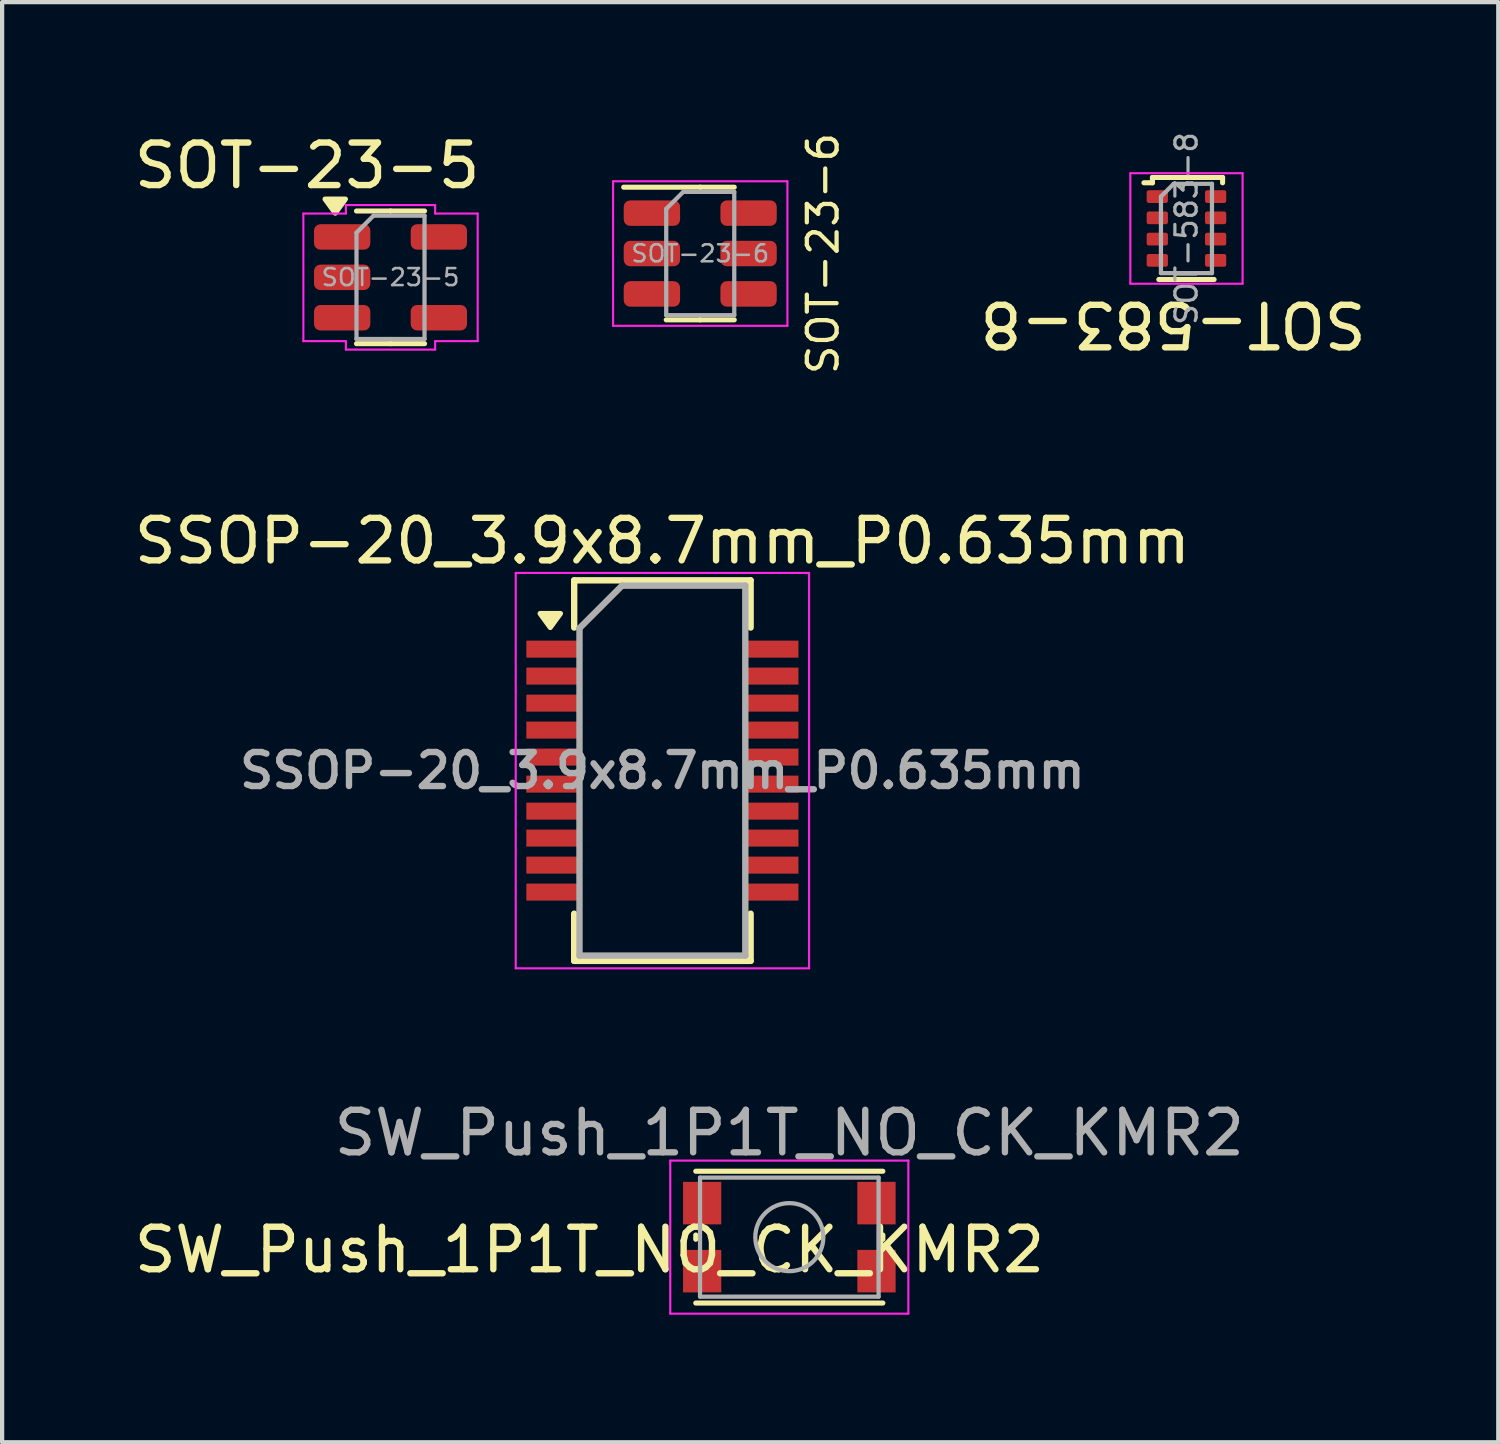
<source format=kicad_pcb>
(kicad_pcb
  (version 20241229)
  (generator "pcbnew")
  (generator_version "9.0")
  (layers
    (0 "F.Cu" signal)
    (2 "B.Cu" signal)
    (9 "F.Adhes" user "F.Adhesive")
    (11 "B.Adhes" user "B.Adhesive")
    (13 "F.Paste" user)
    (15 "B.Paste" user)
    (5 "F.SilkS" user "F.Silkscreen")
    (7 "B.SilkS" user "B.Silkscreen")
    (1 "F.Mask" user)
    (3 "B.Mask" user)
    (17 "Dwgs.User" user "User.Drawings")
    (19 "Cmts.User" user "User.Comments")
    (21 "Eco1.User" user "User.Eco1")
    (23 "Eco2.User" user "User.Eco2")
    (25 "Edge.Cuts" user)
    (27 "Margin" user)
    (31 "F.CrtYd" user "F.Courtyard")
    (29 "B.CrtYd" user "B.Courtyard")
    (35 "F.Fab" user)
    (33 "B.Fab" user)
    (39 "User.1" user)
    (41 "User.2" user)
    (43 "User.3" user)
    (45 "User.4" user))
  (footprint "SOT-23-6"
    (layer "F.Cu")
    (at 13.42 2.913)
    (property "Reference" "SOT-23-6" (at 2.888 0 90) (layer "F.SilkS") (effects (font (size 0.7 0.7) (thickness 0.1))))
    (attr smd)
    (fp_line (start 0 -1.56) (end -1.8 -1.56) (stroke (width 0.12) (type solid)) (layer "F.SilkS"))
    (fp_line (start 0 -1.56) (end 0.8 -1.56) (stroke (width 0.12) (type solid)) (layer "F.SilkS"))
    (fp_line (start 0 1.56) (end -0.8 1.56) (stroke (width 0.12) (type solid)) (layer "F.SilkS"))
    (fp_line (start 0 1.56) (end 0.8 1.56) (stroke (width 0.12) (type solid)) (layer "F.SilkS"))
    (fp_line (start -2.05 -1.7) (end -2.05 1.7) (stroke (width 0.05) (type solid)) (layer "F.CrtYd"))
    (fp_line (start -2.05 1.7) (end 2.05 1.7) (stroke (width 0.05) (type solid)) (layer "F.CrtYd"))
    (fp_line (start 2.05 -1.7) (end -2.05 -1.7) (stroke (width 0.05) (type solid)) (layer "F.CrtYd"))
    (fp_line (start 2.05 1.7) (end 2.05 -1.7) (stroke (width 0.05) (type solid)) (layer "F.CrtYd"))
    (fp_line (start -0.8 -1.05) (end -0.4 -1.45) (stroke (width 0.1) (type solid)) (layer "F.Fab"))
    (fp_line (start -0.8 1.45) (end -0.8 -1.05) (stroke (width 0.1) (type solid)) (layer "F.Fab"))
    (fp_line (start -0.4 -1.45) (end 0.8 -1.45) (stroke (width 0.1) (type solid)) (layer "F.Fab"))
    (fp_line (start 0.8 -1.45) (end 0.8 1.45) (stroke (width 0.1) (type solid)) (layer "F.Fab"))
    (fp_line (start 0.8 1.45) (end -0.8 1.45) (stroke (width 0.1) (type solid)) (layer "F.Fab"))
    (fp_text user "${REFERENCE}" (at 0 0 180) (layer "F.Fab") (effects (font (size 0.4 0.4) (thickness 0.06))))
    (pad "1" smd roundrect (at -1.137 -0.95) (size 1.325 0.6) (layers "F.Cu" "F.Mask" "F.Paste") (roundrect_rratio 0.25))
    (pad "2" smd roundrect (at -1.137 0) (size 1.325 0.6) (layers "F.Cu" "F.Mask" "F.Paste") (roundrect_rratio 0.25))
    (pad "3" smd roundrect (at -1.137 0.95) (size 1.325 0.6) (layers "F.Cu" "F.Mask" "F.Paste") (roundrect_rratio 0.25))
    (pad "4" smd roundrect (at 1.137 0.95) (size 1.325 0.6) (layers "F.Cu" "F.Mask" "F.Paste") (roundrect_rratio 0.25))
    (pad "5" smd roundrect (at 1.137 0) (size 1.325 0.6) (layers "F.Cu" "F.Mask" "F.Paste") (roundrect_rratio 0.25))
    (pad "6" smd roundrect (at 1.137 -0.95) (size 1.325 0.6) (layers "F.Cu" "F.Mask" "F.Paste") (roundrect_rratio 0.25)))
  (footprint "SOT-23-5"
    (layer "F.Cu")
    (at 6.135 3.473)
    (property "Reference" "SOT-23-5" (at -1.962 -2.625 0) (layer "F.SilkS") (effects (font (size 1 1) (thickness 0.15))))
    (attr smd)
    (fp_line (start 0 -1.56) (end -0.8 -1.56) (stroke (width 0.12) (type solid)) (layer "F.SilkS"))
    (fp_line (start 0 -1.56) (end 0.8 -1.56) (stroke (width 0.12) (type solid)) (layer "F.SilkS"))
    (fp_line (start 0 1.56) (end -0.8 1.56) (stroke (width 0.12) (type solid)) (layer "F.SilkS"))
    (fp_line (start 0 1.56) (end 0.8 1.56) (stroke (width 0.12) (type solid)) (layer "F.SilkS"))
    (fp_poly (pts (xy -1.3 -1.51) (xy -1.54 -1.84) (xy -1.06 -1.84)) (stroke (width 0.12) (type solid)) (fill yes) (layer "F.SilkS"))
    (fp_line (start -2.05 -1.5) (end -1.05 -1.5) (stroke (width 0.05) (type solid)) (layer "F.CrtYd"))
    (fp_line (start -2.05 1.5) (end -2.05 -1.5) (stroke (width 0.05) (type solid)) (layer "F.CrtYd"))
    (fp_line (start -1.05 -1.7) (end 1.05 -1.7) (stroke (width 0.05) (type solid)) (layer "F.CrtYd"))
    (fp_line (start -1.05 -1.5) (end -1.05 -1.7) (stroke (width 0.05) (type solid)) (layer "F.CrtYd"))
    (fp_line (start -1.05 1.5) (end -2.05 1.5) (stroke (width 0.05) (type solid)) (layer "F.CrtYd"))
    (fp_line (start -1.05 1.7) (end -1.05 1.5) (stroke (width 0.05) (type solid)) (layer "F.CrtYd"))
    (fp_line (start 1.05 -1.7) (end 1.05 -1.5) (stroke (width 0.05) (type solid)) (layer "F.CrtYd"))
    (fp_line (start 1.05 -1.5) (end 2.05 -1.5) (stroke (width 0.05) (type solid)) (layer "F.CrtYd"))
    (fp_line (start 1.05 1.5) (end 1.05 1.7) (stroke (width 0.05) (type solid)) (layer "F.CrtYd"))
    (fp_line (start 1.05 1.7) (end -1.05 1.7) (stroke (width 0.05) (type solid)) (layer "F.CrtYd"))
    (fp_line (start 2.05 -1.5) (end 2.05 1.5) (stroke (width 0.05) (type solid)) (layer "F.CrtYd"))
    (fp_line (start 2.05 1.5) (end 1.05 1.5) (stroke (width 0.05) (type solid)) (layer "F.CrtYd"))
    (fp_line (start -0.8 -1.05) (end -0.4 -1.45) (stroke (width 0.1) (type solid)) (layer "F.Fab"))
    (fp_line (start -0.8 1.45) (end -0.8 -1.05) (stroke (width 0.1) (type solid)) (layer "F.Fab"))
    (fp_line (start -0.4 -1.45) (end 0.8 -1.45) (stroke (width 0.1) (type solid)) (layer "F.Fab"))
    (fp_line (start 0.8 -1.45) (end 0.8 1.45) (stroke (width 0.1) (type solid)) (layer "F.Fab"))
    (fp_line (start 0.8 1.45) (end -0.8 1.45) (stroke (width 0.1) (type solid)) (layer "F.Fab"))
    (fp_text user "${REFERENCE}" (at 0 0 0) (layer "F.Fab") (effects (font (size 0.4 0.4) (thickness 0.06))))
    (pad "1" smd roundrect (at -1.137 -0.95) (size 1.325 0.6) (layers "F.Cu" "F.Mask" "F.Paste") (roundrect_rratio 0.25))
    (pad "2" smd roundrect (at -1.137 0) (size 1.325 0.6) (layers "F.Cu" "F.Mask" "F.Paste") (roundrect_rratio 0.25))
    (pad "3" smd roundrect (at -1.137 0.95) (size 1.325 0.6) (layers "F.Cu" "F.Mask" "F.Paste") (roundrect_rratio 0.25))
    (pad "4" smd roundrect (at 1.137 0.95) (size 1.325 0.6) (layers "F.Cu" "F.Mask" "F.Paste") (roundrect_rratio 0.25))
    (pad "5" smd roundrect (at 1.137 -0.95) (size 1.325 0.6) (layers "F.Cu" "F.Mask" "F.Paste") (roundrect_rratio 0.25)))
  (footprint "SSOP-20_3.9x8.7mm_P0.635mm"
    (layer "F.Cu")
    (at 12.53 15.075)
    (property "Reference" "SSOP-20_3.9x8.7mm_P0.635mm" (at 0 -5.4 0) (layer "F.SilkS") (effects (font (size 1 1) (thickness 0.15))))
    (attr smd)
    (fp_line (start -2.075 -4.475) (end 2.075 -4.475) (stroke (width 0.15) (type solid)) (layer "F.SilkS"))
    (fp_line (start -2.075 -3.365) (end -2.075 -4.475) (stroke (width 0.15) (type solid)) (layer "F.SilkS"))
    (fp_line (start -2.075 4.475) (end -2.075 3.365) (stroke (width 0.15) (type solid)) (layer "F.SilkS"))
    (fp_line (start -2.075 4.475) (end 2.075 4.475) (stroke (width 0.15) (type solid)) (layer "F.SilkS"))
    (fp_line (start 2.075 -4.475) (end 2.075 -3.365) (stroke (width 0.15) (type solid)) (layer "F.SilkS"))
    (fp_line (start 2.075 4.475) (end 2.075 3.365) (stroke (width 0.15) (type solid)) (layer "F.SilkS"))
    (fp_poly (pts (xy -2.638 -3.365) (xy -2.877 -3.695) (xy -2.397 -3.695) (xy -2.638 -3.365)) (stroke (width 0.12) (type solid)) (fill yes) (layer "F.SilkS"))
    (fp_line (start -3.45 -4.65) (end -3.45 4.65) (stroke (width 0.05) (type solid)) (layer "F.CrtYd"))
    (fp_line (start -3.45 -4.65) (end 3.45 -4.65) (stroke (width 0.05) (type solid)) (layer "F.CrtYd"))
    (fp_line (start -3.45 4.65) (end 3.45 4.65) (stroke (width 0.05) (type solid)) (layer "F.CrtYd"))
    (fp_line (start 3.45 -4.65) (end 3.45 4.65) (stroke (width 0.05) (type solid)) (layer "F.CrtYd"))
    (fp_line (start -1.95 -3.35) (end -0.95 -4.35) (stroke (width 0.15) (type solid)) (layer "F.Fab"))
    (fp_line (start -1.95 4.35) (end -1.95 -3.35) (stroke (width 0.15) (type solid)) (layer "F.Fab"))
    (fp_line (start -0.95 -4.35) (end 1.95 -4.35) (stroke (width 0.15) (type solid)) (layer "F.Fab"))
    (fp_line (start 1.95 -4.35) (end 1.95 4.35) (stroke (width 0.15) (type solid)) (layer "F.Fab"))
    (fp_line (start 1.95 4.35) (end -1.95 4.35) (stroke (width 0.15) (type solid)) (layer "F.Fab"))
    (fp_text user "${REFERENCE}" (at 0 0 0) (layer "F.Fab") (effects (font (size 0.8 0.8) (thickness 0.15))))
    (pad "1" smd rect (at -2.6 -2.857) (size 1.2 0.4) (layers "F.Cu" "F.Mask" "F.Paste"))
    (pad "2" smd rect (at -2.6 -2.223) (size 1.2 0.4) (layers "F.Cu" "F.Mask" "F.Paste"))
    (pad "3" smd rect (at -2.6 -1.587) (size 1.2 0.4) (layers "F.Cu" "F.Mask" "F.Paste"))
    (pad "4" smd rect (at -2.6 -0.953) (size 1.2 0.4) (layers "F.Cu" "F.Mask" "F.Paste"))
    (pad "5" smd rect (at -2.6 -0.318) (size 1.2 0.4) (layers "F.Cu" "F.Mask" "F.Paste"))
    (pad "6" smd rect (at -2.6 0.318) (size 1.2 0.4) (layers "F.Cu" "F.Mask" "F.Paste"))
    (pad "7" smd rect (at -2.6 0.953) (size 1.2 0.4) (layers "F.Cu" "F.Mask" "F.Paste"))
    (pad "8" smd rect (at -2.6 1.587) (size 1.2 0.4) (layers "F.Cu" "F.Mask" "F.Paste"))
    (pad "9" smd rect (at -2.6 2.223) (size 1.2 0.4) (layers "F.Cu" "F.Mask" "F.Paste"))
    (pad "10" smd rect (at -2.6 2.857) (size 1.2 0.4) (layers "F.Cu" "F.Mask" "F.Paste"))
    (pad "11" smd rect (at 2.6 2.857) (size 1.2 0.4) (layers "F.Cu" "F.Mask" "F.Paste"))
    (pad "12" smd rect (at 2.6 2.223) (size 1.2 0.4) (layers "F.Cu" "F.Mask" "F.Paste"))
    (pad "13" smd rect (at 2.6 1.587) (size 1.2 0.4) (layers "F.Cu" "F.Mask" "F.Paste"))
    (pad "14" smd rect (at 2.6 0.953) (size 1.2 0.4) (layers "F.Cu" "F.Mask" "F.Paste"))
    (pad "15" smd rect (at 2.6 0.318) (size 1.2 0.4) (layers "F.Cu" "F.Mask" "F.Paste"))
    (pad "16" smd rect (at 2.6 -0.318) (size 1.2 0.4) (layers "F.Cu" "F.Mask" "F.Paste"))
    (pad "17" smd rect (at 2.6 -0.953) (size 1.2 0.4) (layers "F.Cu" "F.Mask" "F.Paste"))
    (pad "18" smd rect (at 2.6 -1.587) (size 1.2 0.4) (layers "F.Cu" "F.Mask" "F.Paste"))
    (pad "19" smd rect (at 2.6 -2.223) (size 1.2 0.4) (layers "F.Cu" "F.Mask" "F.Paste"))
    (pad "20" smd rect (at 2.6 -2.857) (size 1.2 0.4) (layers "F.Cu" "F.Mask" "F.Paste")))
  (footprint "SW_Push_1P1T_NO_CK_KMR2"
    (layer "F.Cu")
    (at 15.515 26.048)
    (property "Reference" "SW_Push_1P1T_NO_CK_KMR2" (at -4.7 0.3 0) (layer "F.SilkS") (effects (font (size 1 1) (thickness 0.15))))
    (attr smd)
    (fp_line (start -2.2 0.05) (end -2.2 -0.05) (stroke (width 0.12) (type solid)) (layer "F.SilkS"))
    (fp_line (start -2.2 1.55) (end 2.2 1.55) (stroke (width 0.12) (type solid)) (layer "F.SilkS"))
    (fp_line (start 2.2 -1.55) (end -2.2 -1.55) (stroke (width 0.12) (type solid)) (layer "F.SilkS"))
    (fp_line (start 2.2 0.05) (end 2.2 -0.05) (stroke (width 0.12) (type solid)) (layer "F.SilkS"))
    (fp_line (start -2.8 -1.8) (end 2.8 -1.8) (stroke (width 0.05) (type solid)) (layer "F.CrtYd"))
    (fp_line (start -2.8 1.8) (end -2.8 -1.8) (stroke (width 0.05) (type solid)) (layer "F.CrtYd"))
    (fp_line (start 2.8 -1.8) (end 2.8 1.8) (stroke (width 0.05) (type solid)) (layer "F.CrtYd"))
    (fp_line (start 2.8 1.8) (end -2.8 1.8) (stroke (width 0.05) (type solid)) (layer "F.CrtYd"))
    (fp_line (start -2.1 -1.4) (end 2.1 -1.4) (stroke (width 0.1) (type solid)) (layer "F.Fab"))
    (fp_line (start -2.1 1.4) (end -2.1 -1.4) (stroke (width 0.1) (type solid)) (layer "F.Fab"))
    (fp_line (start 2.1 -1.4) (end 2.1 1.4) (stroke (width 0.1) (type solid)) (layer "F.Fab"))
    (fp_line (start 2.1 1.4) (end -2.1 1.4) (stroke (width 0.1) (type solid)) (layer "F.Fab"))
    (fp_circle (center 0 0) (end 0 0.8) (stroke (width 0.1) (type solid)) (fill no) (layer "F.Fab"))
    (fp_text user "${REFERENCE}" (at 0 -2.45 0) (layer "F.Fab") (effects (font (size 1 1) (thickness 0.15))))
    (pad "1" smd rect (at 2.05 -0.8) (size 0.9 1) (layers "F.Cu" "F.Mask" "F.Paste"))
    (pad "2" smd rect (at 2.05 0.8) (size 0.9 1) (layers "F.Cu" "F.Mask" "F.Paste"))
    (pad "3" smd rect (at -2.05 0.8) (size 0.9 1) (layers "F.Cu" "F.Mask" "F.Paste"))
    (pad "4" smd rect (at -2.05 -0.8) (size 0.9 1) (layers "F.Cu" "F.Mask" "F.Paste")))
  (footprint "SOT-583-8"
    (layer "F.Cu")
    (at 24.856 2.324)
    (property "Reference" "SOT-583-8" (at -0.314 2.25 180) (unlocked yes) (layer "F.SilkS") (effects (font (size 1 1) (thickness 0.15))))
    (attr smd)
    (fp_line (start -0.8 -1.2) (end 0.85 -1.2) (stroke (width 0.12) (type default)) (layer "F.SilkS"))
    (fp_line (start -0.8 -1.075) (end -1 -1.075) (stroke (width 0.12) (type default)) (layer "F.SilkS"))
    (fp_line (start -0.8 -1.075) (end -0.8 -1.2) (stroke (width 0.12) (type default)) (layer "F.SilkS"))
    (fp_line (start 0.65 1.2) (end -0.65 1.2) (stroke (width 0.12) (type default)) (layer "F.SilkS"))
    (fp_line (start 0.85 -1.2) (end 0.85 -1.075) (stroke (width 0.12) (type default)) (layer "F.SilkS"))
    (fp_line (start -1.32 -1.3) (end 1.32 -1.3) (stroke (width 0.05) (type default)) (layer "F.CrtYd"))
    (fp_line (start -1.32 1.3) (end -1.32 -1.3) (stroke (width 0.05) (type default)) (layer "F.CrtYd"))
    (fp_line (start 1.32 -1.3) (end 1.32 1.3) (stroke (width 0.05) (type default)) (layer "F.CrtYd"))
    (fp_line (start 1.32 1.3) (end -1.32 1.3) (stroke (width 0.05) (type default)) (layer "F.CrtYd"))
    (fp_line (start -0.6 -0.75) (end -0.6 1.05) (stroke (width 0.1) (type default)) (layer "F.Fab"))
    (fp_line (start -0.6 1.05) (end 0.6 1.05) (stroke (width 0.1) (type default)) (layer "F.Fab"))
    (fp_line (start -0.3 -1.05) (end -0.6 -0.75) (stroke (width 0.1) (type default)) (layer "F.Fab"))
    (fp_line (start 0.6 -1.05) (end -0.3 -1.05) (stroke (width 0.1) (type default)) (layer "F.Fab"))
    (fp_line (start 0.6 -1.05) (end 0.6 1.05) (stroke (width 0.1) (type default)) (layer "F.Fab"))
    (fp_text user "${REFERENCE}" (at 0 0 90) (unlocked yes) (layer "F.Fab") (effects (font (size 0.5 0.5) (thickness 0.075))))
    (pad "1" smd roundrect (at -0.686 -0.75) (size 0.5 0.3) (layers "F.Cu" "F.Mask" "F.Paste") (roundrect_rratio 0.167))
    (pad "2" smd roundrect (at -0.686 -0.25) (size 0.5 0.3) (layers "F.Cu" "F.Mask" "F.Paste") (roundrect_rratio 0.167))
    (pad "3" smd roundrect (at -0.686 0.25) (size 0.5 0.3) (layers "F.Cu" "F.Mask" "F.Paste") (roundrect_rratio 0.167))
    (pad "4" smd roundrect (at -0.686 0.75) (size 0.5 0.3) (layers "F.Cu" "F.Mask" "F.Paste") (roundrect_rratio 0.167))
    (pad "5" smd roundrect (at 0.686 0.75) (size 0.5 0.3) (layers "F.Cu" "F.Mask" "F.Paste") (roundrect_rratio 0.167))
    (pad "6" smd roundrect (at 0.686 0.25) (size 0.5 0.3) (layers "F.Cu" "F.Mask" "F.Paste") (roundrect_rratio 0.167))
    (pad "7" smd roundrect (at 0.686 -0.25) (size 0.5 0.3) (layers "F.Cu" "F.Mask" "F.Paste") (roundrect_rratio 0.167))
    (pad "8" smd roundrect (at 0.686 -0.75) (size 0.5 0.3) (layers "F.Cu" "F.Mask" "F.Paste") (roundrect_rratio 0.167)))
  (gr_rect
    (start -3 -3)
    (end 32.19 30.873)
    (stroke (width 0.1) (type default))
    (fill no)
    (layer "Edge.Cuts")))
</source>
